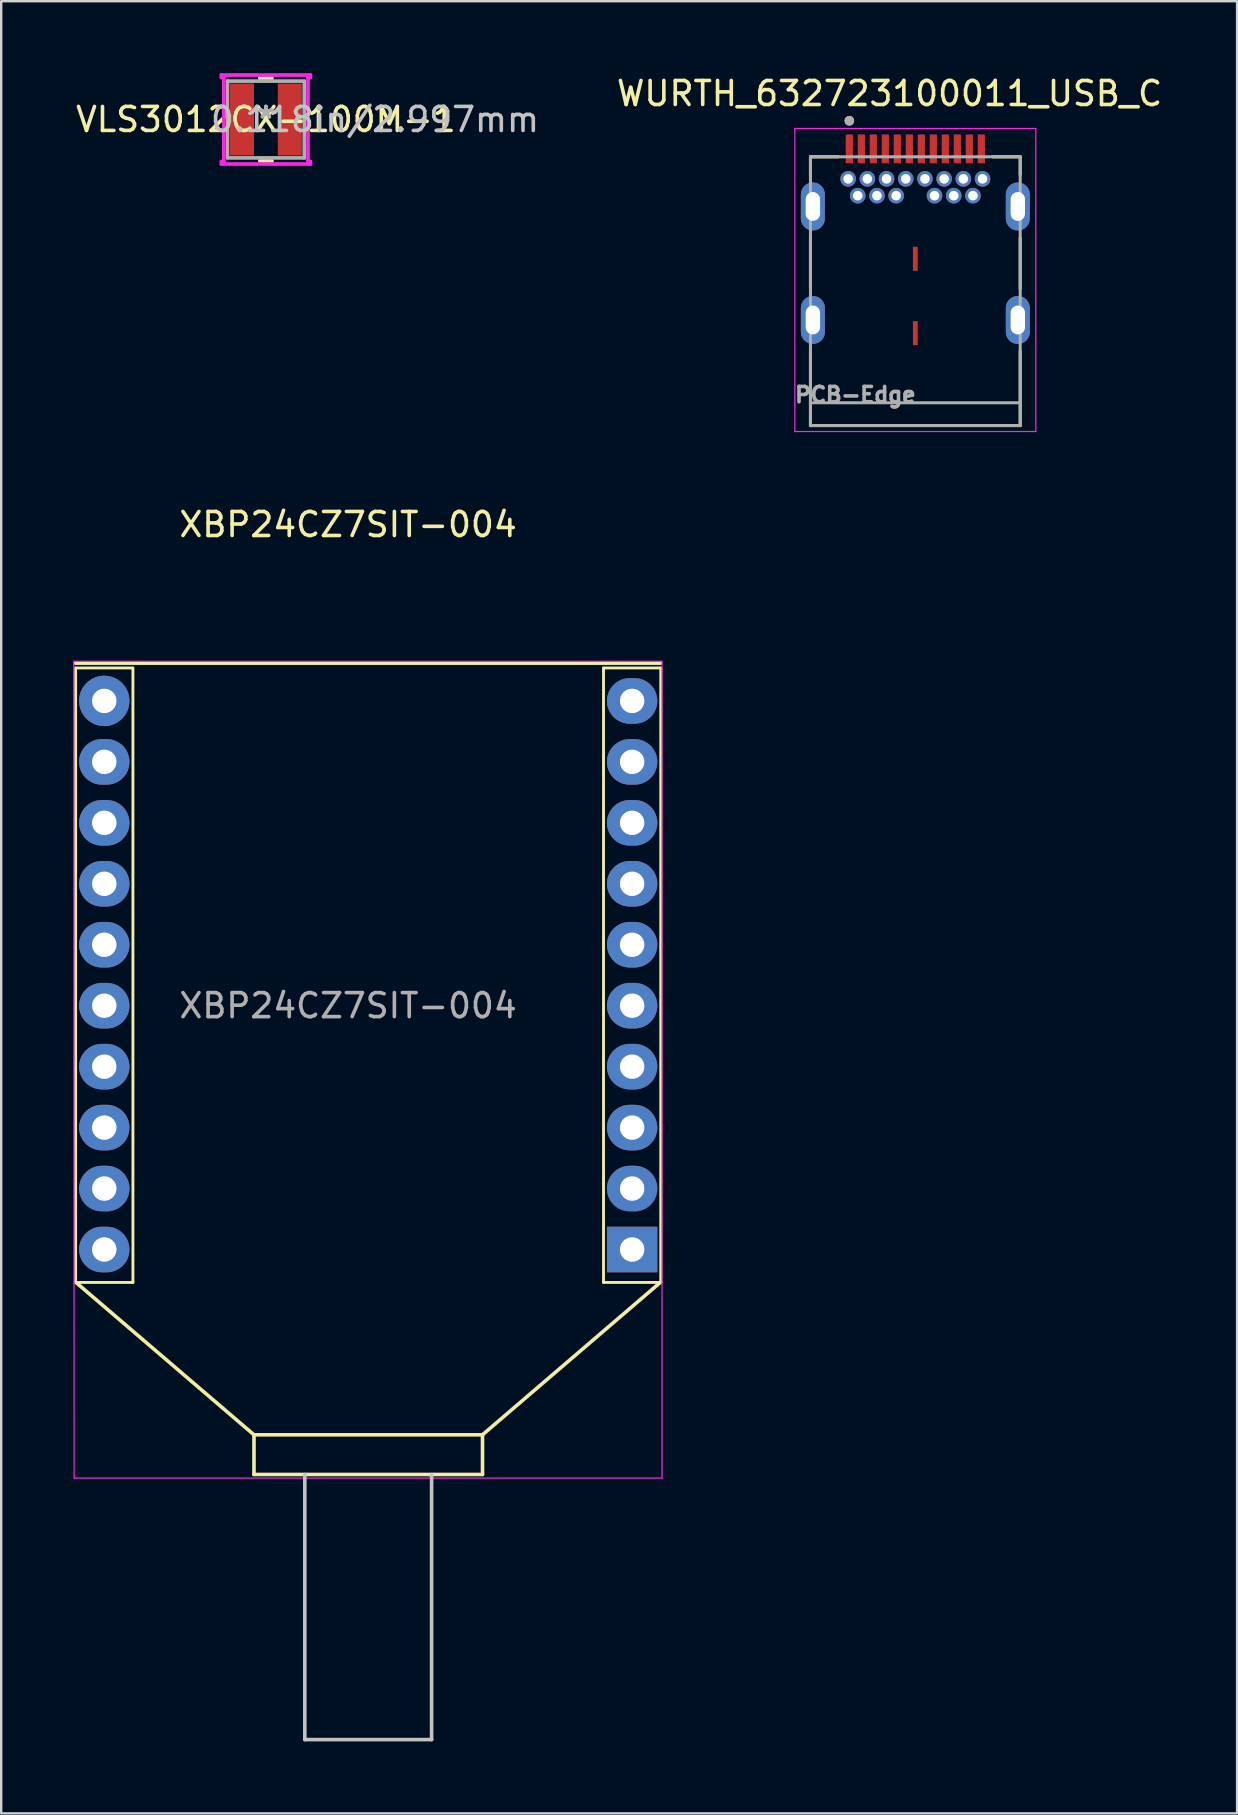
<source format=kicad_pcb>
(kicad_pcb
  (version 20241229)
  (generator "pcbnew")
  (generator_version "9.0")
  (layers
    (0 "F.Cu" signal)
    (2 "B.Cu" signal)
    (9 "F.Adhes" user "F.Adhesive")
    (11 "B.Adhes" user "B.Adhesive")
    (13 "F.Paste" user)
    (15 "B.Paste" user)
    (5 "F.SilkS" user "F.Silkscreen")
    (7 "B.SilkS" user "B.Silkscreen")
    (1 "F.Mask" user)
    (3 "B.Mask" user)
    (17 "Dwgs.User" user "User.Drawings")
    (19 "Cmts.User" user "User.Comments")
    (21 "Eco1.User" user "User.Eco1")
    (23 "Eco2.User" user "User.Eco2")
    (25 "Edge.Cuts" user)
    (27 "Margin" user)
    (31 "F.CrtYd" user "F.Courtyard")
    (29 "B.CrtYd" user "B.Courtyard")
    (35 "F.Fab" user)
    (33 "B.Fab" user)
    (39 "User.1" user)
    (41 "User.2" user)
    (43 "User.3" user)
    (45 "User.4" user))
  (footprint "WURTH_632723100011_USB_C"
    (layer "F.Cu")
    (at 35.092 3.153)
    (property "Reference" "WURTH_632723100011_USB_C" (at -1.075 -2.305 0) (layer "F.SilkS") (effects (font (size 1 1) (thickness 0.15))))
    (attr through_hole)
    (fp_line (start -4.37 0.33) (end -4.37 1.08) (stroke (width 0.127) (type solid)) (layer "F.SilkS"))
    (fp_line (start -4.37 3.713) (end -4.37 5.816) (stroke (width 0.127) (type solid)) (layer "F.SilkS"))
    (fp_line (start -4.37 8.444) (end -4.37 11.53) (stroke (width 0.127) (type solid)) (layer "F.SilkS"))
    (fp_line (start -4.37 11.53) (end 4.37 11.53) (stroke (width 0.127) (type solid)) (layer "F.SilkS"))
    (fp_line (start -3.214 0.33) (end -4.37 0.33) (stroke (width 0.127) (type solid)) (layer "F.SilkS"))
    (fp_line (start 3.214 0.33) (end 4.37 0.33) (stroke (width 0.127) (type solid)) (layer "F.SilkS"))
    (fp_line (start 4.37 0.33) (end 4.37 1.08) (stroke (width 0.127) (type solid)) (layer "F.SilkS"))
    (fp_line (start 4.37 3.713) (end 4.37 5.816) (stroke (width 0.127) (type solid)) (layer "F.SilkS"))
    (fp_line (start 4.37 11.53) (end 4.37 8.444) (stroke (width 0.127) (type solid)) (layer "F.SilkS"))
    (fp_circle (center -2.75 -1.17) (end -2.65 -1.17) (stroke (width 0.2) (type solid)) (fill no) (layer "F.SilkS"))
    (fp_line (start -5.02 -0.85) (end 5.02 -0.85) (stroke (width 0.05) (type solid)) (layer "F.CrtYd"))
    (fp_line (start -5.02 11.78) (end -5.02 -0.85) (stroke (width 0.05) (type solid)) (layer "F.CrtYd"))
    (fp_line (start 5.02 -0.85) (end 5.02 11.78) (stroke (width 0.05) (type solid)) (layer "F.CrtYd"))
    (fp_line (start 5.02 11.78) (end -5.02 11.78) (stroke (width 0.05) (type solid)) (layer "F.CrtYd"))
    (fp_line (start -4.37 0.33) (end 4.37 0.33) (stroke (width 0.127) (type solid)) (layer "F.Fab"))
    (fp_line (start -4.37 10.58) (end -4.37 0.33) (stroke (width 0.127) (type solid)) (layer "F.Fab"))
    (fp_line (start -4.37 11.53) (end -4.37 10.58) (stroke (width 0.127) (type solid)) (layer "F.Fab"))
    (fp_line (start 4.37 0.33) (end 4.37 10.58) (stroke (width 0.127) (type solid)) (layer "F.Fab"))
    (fp_line (start 4.37 10.58) (end -4.37 10.58) (stroke (width 0.127) (type solid)) (layer "F.Fab"))
    (fp_line (start 4.37 10.58) (end 4.37 11.53) (stroke (width 0.127) (type solid)) (layer "F.Fab"))
    (fp_line (start 4.37 11.53) (end -4.37 11.53) (stroke (width 0.127) (type solid)) (layer "F.Fab"))
    (fp_circle (center -2.75 -1.17) (end -2.65 -1.17) (stroke (width 0.2) (type solid)) (fill no) (layer "F.Fab"))
    (fp_text user "PCB-Edge" (at -2.5 10.25 0) (layer "F.Fab") (effects (font (size 0.64 0.64) (thickness 0.15))))
    (pad "A1" smd rect (at -2.75 0) (size 0.3 1.2) (layers "F.Cu" "F.Mask" "F.Paste"))
    (pad "A2" smd rect (at -2.25 0) (size 0.3 1.2) (layers "F.Cu" "F.Mask" "F.Paste"))
    (pad "A3" smd rect (at -1.75 0) (size 0.3 1.2) (layers "F.Cu" "F.Mask" "F.Paste"))
    (pad "A4" smd rect (at -1.25 0) (size 0.3 1.2) (layers "F.Cu" "F.Mask" "F.Paste"))
    (pad "A5" smd rect (at -0.75 0) (size 0.3 1.2) (layers "F.Cu" "F.Mask" "F.Paste"))
    (pad "A6" smd rect (at -0.25 0) (size 0.3 1.2) (layers "F.Cu" "F.Mask" "F.Paste"))
    (pad "A7" smd rect (at 0.25 0) (size 0.3 1.2) (layers "F.Cu" "F.Mask" "F.Paste"))
    (pad "A8" smd rect (at 0.75 0) (size 0.3 1.2) (layers "F.Cu" "F.Mask" "F.Paste"))
    (pad "A9" smd rect (at 1.25 0) (size 0.3 1.2) (layers "F.Cu" "F.Mask" "F.Paste"))
    (pad "A10" smd rect (at 1.75 0) (size 0.3 1.2) (layers "F.Cu" "F.Mask" "F.Paste"))
    (pad "A11" smd rect (at 2.25 0) (size 0.3 1.2) (layers "F.Cu" "F.Mask" "F.Paste"))
    (pad "A12" smd rect (at 2.75 0) (size 0.3 1.2) (layers "F.Cu" "F.Mask" "F.Paste"))
    (pad "B1" thru_hole circle (at 2.8 1.25) (size 0.65 0.65) (drill 0.4) (layers "*.Cu" "*.Mask"))
    (pad "B2" thru_hole circle (at 2.4 1.95) (size 0.65 0.65) (drill 0.4) (layers "*.Cu" "*.Mask"))
    (pad "B3" thru_hole circle (at 1.6 1.95) (size 0.65 0.65) (drill 0.4) (layers "*.Cu" "*.Mask"))
    (pad "B4" thru_hole circle (at 1.2 1.25) (size 0.65 0.65) (drill 0.4) (layers "*.Cu" "*.Mask"))
    (pad "B5" thru_hole circle (at 0.8 1.95) (size 0.65 0.65) (drill 0.4) (layers "*.Cu" "*.Mask"))
    (pad "B6" thru_hole circle (at 0.4 1.25) (size 0.65 0.65) (drill 0.4) (layers "*.Cu" "*.Mask"))
    (pad "B7" thru_hole circle (at -0.4 1.25) (size 0.65 0.65) (drill 0.4) (layers "*.Cu" "*.Mask"))
    (pad "B8" thru_hole circle (at -0.8 1.95) (size 0.65 0.65) (drill 0.4) (layers "*.Cu" "*.Mask"))
    (pad "B9" thru_hole circle (at -1.2 1.25) (size 0.65 0.65) (drill 0.4) (layers "*.Cu" "*.Mask"))
    (pad "B10" thru_hole circle (at -1.6 1.95) (size 0.65 0.65) (drill 0.4) (layers "*.Cu" "*.Mask"))
    (pad "B11" thru_hole circle (at -2.4 1.95) (size 0.65 0.65) (drill 0.4) (layers "*.Cu" "*.Mask"))
    (pad "B12" thru_hole circle (at -2.8 1.25) (size 0.65 0.65) (drill 0.4) (layers "*.Cu" "*.Mask"))
    (pad "G1" thru_hole circle (at -2 1.25) (size 0.65 0.65) (drill 0.4) (layers "*.Cu" "*.Mask"))
    (pad "G2" thru_hole circle (at 2 1.25) (size 0.65 0.65) (drill 0.4) (layers "*.Cu" "*.Mask"))
    (pad "S1" thru_hole oval (at -4.27 2.4) (size 1 2) (drill oval 0.6 1.2) (layers "*.Cu" "*.Mask"))
    (pad "S2" thru_hole oval (at 4.27 2.4) (size 1 2) (drill oval 0.6 1.2) (layers "*.Cu" "*.Mask"))
    (pad "S3" thru_hole oval (at -4.27 7.13) (size 1 2) (drill oval 0.6 1.2) (layers "*.Cu" "*.Mask"))
    (pad "S4" thru_hole oval (at 4.27 7.13) (size 1 2) (drill oval 0.6 1.2) (layers "*.Cu" "*.Mask"))
    (pad "S5" smd rect (at 0 4.58) (size 0.2 1) (layers "F.Cu" "F.Mask" "F.Paste"))
    (pad "S6" smd rect (at 0 7.68) (size 0.2 1) (layers "F.Cu" "F.Mask" "F.Paste")))
  (footprint "XBP24CZ7SIT-004"
    (layer "F.Cu")
    (at 1.295 26.157)
    (property "Reference" "XBP24CZ7SIT-004" (at 10.16 -7.35 0) (layer "F.SilkS") (effects (font (size 1 1) (thickness 0.15))))
    (attr through_hole)
    (fp_line (start -1.206 -1.575) (end 23.177 -1.575) (stroke (width 0.15) (type solid)) (layer "F.SilkS"))
    (fp_line (start -1.194 -1.367) (end -1.194 24.233) (stroke (width 0.12) (type solid)) (layer "F.SilkS"))
    (fp_line (start -1.194 24.232) (end 1.194 24.232) (stroke (width 0.12) (type solid)) (layer "F.SilkS"))
    (fp_line (start -1.179 24.232) (end 6.238 30.582) (stroke (width 0.15) (type solid)) (layer "F.SilkS"))
    (fp_line (start 1.189 -1.372) (end -1.194 -1.372) (stroke (width 0.12) (type solid)) (layer "F.SilkS"))
    (fp_line (start 1.194 24.23) (end 1.194 -1.37) (stroke (width 0.12) (type solid)) (layer "F.SilkS"))
    (fp_line (start 6.236 30.582) (end 15.761 30.582) (stroke (width 0.15) (type solid)) (layer "F.SilkS"))
    (fp_line (start 6.236 32.233) (end 15.761 32.233) (stroke (width 0.15) (type solid)) (layer "F.SilkS"))
    (fp_line (start 6.238 32.233) (end 6.238 30.577) (stroke (width 0.15) (type solid)) (layer "F.SilkS"))
    (fp_line (start 15.761 32.233) (end 15.761 30.571) (stroke (width 0.15) (type solid)) (layer "F.SilkS"))
    (fp_line (start 20.803 -1.37) (end 20.803 24.23) (stroke (width 0.12) (type solid)) (layer "F.SilkS"))
    (fp_line (start 20.803 24.232) (end 23.19 24.233) (stroke (width 0.12) (type solid)) (layer "F.SilkS"))
    (fp_line (start 23.175 24.227) (end 15.758 30.582) (stroke (width 0.15) (type solid)) (layer "F.SilkS"))
    (fp_line (start 23.19 -1.372) (end 20.803 -1.372) (stroke (width 0.12) (type solid)) (layer "F.SilkS"))
    (fp_line (start 23.19 24.233) (end 23.19 -1.367) (stroke (width 0.12) (type solid)) (layer "F.SilkS"))
    (fp_line (start 8.357 43.282) (end 8.357 32.233) (stroke (width 0.15) (type solid)) (layer "Dwgs.User"))
    (fp_line (start 8.357 43.282) (end 13.64 43.282) (stroke (width 0.15) (type solid)) (layer "Dwgs.User"))
    (fp_line (start 13.64 43.282) (end 13.64 32.263) (stroke (width 0.15) (type solid)) (layer "Dwgs.User"))
    (fp_line (start -1.27 -1.651) (end -1.257 32.385) (stroke (width 0.05) (type solid)) (layer "F.CrtYd"))
    (fp_line (start -1.257 32.385) (end 23.241 32.385) (stroke (width 0.05) (type solid)) (layer "F.CrtYd"))
    (fp_line (start 23.241 -1.651) (end -1.27 -1.651) (stroke (width 0.05) (type solid)) (layer "F.CrtYd"))
    (fp_line (start 23.241 32.385) (end 23.241 -1.651) (stroke (width 0.05) (type solid)) (layer "F.CrtYd"))
    (fp_text user "${REFERENCE}" (at 10.16 12.7 0) (layer "F.Fab") (effects (font (size 1 1) (thickness 0.15))))
    (pad "1" thru_hole rect (at 21.996 22.86) (size 2.1 1.9) (drill 1.02) (layers "*.Cu" "*.Mask"))
    (pad "2" thru_hole oval (at 21.996 20.32) (size 2.1 1.9) (drill 1.02) (layers "*.Cu" "*.Mask"))
    (pad "3" thru_hole oval (at 21.996 17.78) (size 2.1 1.9) (drill 1.02) (layers "*.Cu" "*.Mask"))
    (pad "4" thru_hole oval (at 21.996 15.24) (size 2.1 1.9) (drill 1.02) (layers "*.Cu" "*.Mask"))
    (pad "5" thru_hole oval (at 21.996 12.7) (size 2.1 1.9) (drill 1.02) (layers "*.Cu" "*.Mask"))
    (pad "6" thru_hole oval (at 21.996 10.16) (size 2.1 1.9) (drill 1.02) (layers "*.Cu" "*.Mask"))
    (pad "7" thru_hole oval (at 21.996 7.62) (size 2.1 1.9) (drill 1.02) (layers "*.Cu" "*.Mask"))
    (pad "8" thru_hole oval (at 21.996 5.08) (size 2.1 1.9) (drill 1.02) (layers "*.Cu" "*.Mask"))
    (pad "9" thru_hole oval (at 21.996 2.54) (size 2.1 1.9) (drill 1.02) (layers "*.Cu" "*.Mask"))
    (pad "10" thru_hole oval (at 21.996 0) (size 2.1 1.9) (drill 1.02) (layers "*.Cu" "*.Mask"))
    (pad "11" thru_hole oval (at 0 0) (size 2.1 2.1) (drill 1.02) (layers "*.Cu" "*.Mask"))
    (pad "12" thru_hole oval (at 0 2.54) (size 2.1 1.9) (drill 1.02) (layers "*.Cu" "*.Mask"))
    (pad "13" thru_hole oval (at 0 5.08) (size 2.1 1.9) (drill 1.02) (layers "*.Cu" "*.Mask"))
    (pad "14" thru_hole oval (at 0 7.62) (size 2.1 1.9) (drill 1.02) (layers "*.Cu" "*.Mask"))
    (pad "15" thru_hole oval (at 0 10.16) (size 2.1 1.9) (drill 1.02) (layers "*.Cu" "*.Mask"))
    (pad "16" thru_hole oval (at 0 12.7) (size 2.1 1.9) (drill 1.02) (layers "*.Cu" "*.Mask"))
    (pad "17" thru_hole oval (at 0 15.24) (size 2.1 1.9) (drill 1.02) (layers "*.Cu" "*.Mask"))
    (pad "18" thru_hole oval (at 0 17.78) (size 2.1 1.9) (drill 1.02) (layers "*.Cu" "*.Mask"))
    (pad "19" thru_hole oval (at 0 20.32) (size 2.1 1.9) (drill 1.02) (layers "*.Cu" "*.Mask"))
    (pad "20" thru_hole oval (at 0 22.86) (size 2.1 1.9) (drill 1.02) (layers "*.Cu" "*.Mask")))
  (footprint "VLS3012CX-100M-1"
    (layer "F.Cu")
    (at 8.03 1.93)
    (property "Reference" "VLS3012CX-100M-1" (at 0 0 0) (layer "F.SilkS") (effects (font (size 1 1) (thickness 0.15))))
    (attr through_hole)
    (fp_line (start -0.254 1.727) (end 0.254 1.727) (stroke (width 0.152) (type solid)) (layer "F.SilkS"))
    (fp_line (start 0.254 -1.727) (end -0.254 -1.727) (stroke (width 0.152) (type solid)) (layer "F.SilkS"))
    (fp_line (start -1.854 -1.854) (end 1.854 -1.854) (stroke (width 0.152) (type solid)) (layer "F.CrtYd"))
    (fp_line (start -1.854 -1.753) (end -1.854 -1.854) (stroke (width 0.152) (type solid)) (layer "F.CrtYd"))
    (fp_line (start -1.854 1.753) (end -1.753 1.753) (stroke (width 0.152) (type solid)) (layer "F.CrtYd"))
    (fp_line (start -1.854 1.854) (end -1.854 1.753) (stroke (width 0.152) (type solid)) (layer "F.CrtYd"))
    (fp_line (start -1.753 -1.753) (end -1.854 -1.753) (stroke (width 0.152) (type solid)) (layer "F.CrtYd"))
    (fp_line (start -1.753 1.753) (end -1.753 -1.753) (stroke (width 0.152) (type solid)) (layer "F.CrtYd"))
    (fp_line (start 1.753 -1.753) (end 1.753 1.753) (stroke (width 0.152) (type solid)) (layer "F.CrtYd"))
    (fp_line (start 1.753 1.753) (end 1.854 1.753) (stroke (width 0.152) (type solid)) (layer "F.CrtYd"))
    (fp_line (start 1.854 -1.854) (end 1.854 -1.753) (stroke (width 0.152) (type solid)) (layer "F.CrtYd"))
    (fp_line (start 1.854 -1.753) (end 1.753 -1.753) (stroke (width 0.152) (type solid)) (layer "F.CrtYd"))
    (fp_line (start 1.854 1.753) (end 1.854 1.854) (stroke (width 0.152) (type solid)) (layer "F.CrtYd"))
    (fp_line (start 1.854 1.854) (end -1.854 1.854) (stroke (width 0.152) (type solid)) (layer "F.CrtYd"))
    (fp_line (start -1.6 -1.6) (end -1.6 1.6) (stroke (width 0.152) (type solid)) (layer "F.Fab"))
    (fp_line (start -1.6 1.6) (end 1.6 1.6) (stroke (width 0.152) (type solid)) (layer "F.Fab"))
    (fp_line (start 1.6 -1.6) (end -1.6 -1.6) (stroke (width 0.152) (type solid)) (layer "F.Fab"))
    (fp_line (start 1.6 1.6) (end 1.6 -1.6) (stroke (width 0.152) (type solid)) (layer "F.Fab"))
    (fp_text user "*" (at 0 0 0) (layer "F.SilkS") (effects (font (size 1 1) (thickness 0.15))))
    (fp_text user "0.118in/2.997mm" (at 4.547 0 0) (layer "Dwgs.User") (effects (font (size 1 1) (thickness 0.15))))
    (fp_text user "*" (at 0 0 0) (layer "F.Fab") (effects (font (size 1 1) (thickness 0.15))))
    (pad "1" smd rect (at -0.997 0) (size 1.003 2.997) (layers "F.Cu" "F.Mask" "F.Paste"))
    (pad "2" smd rect (at 0.997 0) (size 1.003 2.997) (layers "F.Cu" "F.Mask" "F.Paste")))
  (gr_rect
    (start -3 -3)
    (end 48.499 72.513)
    (stroke (width 0.1) (type default))
    (fill no)
    (layer "Edge.Cuts")))
</source>
